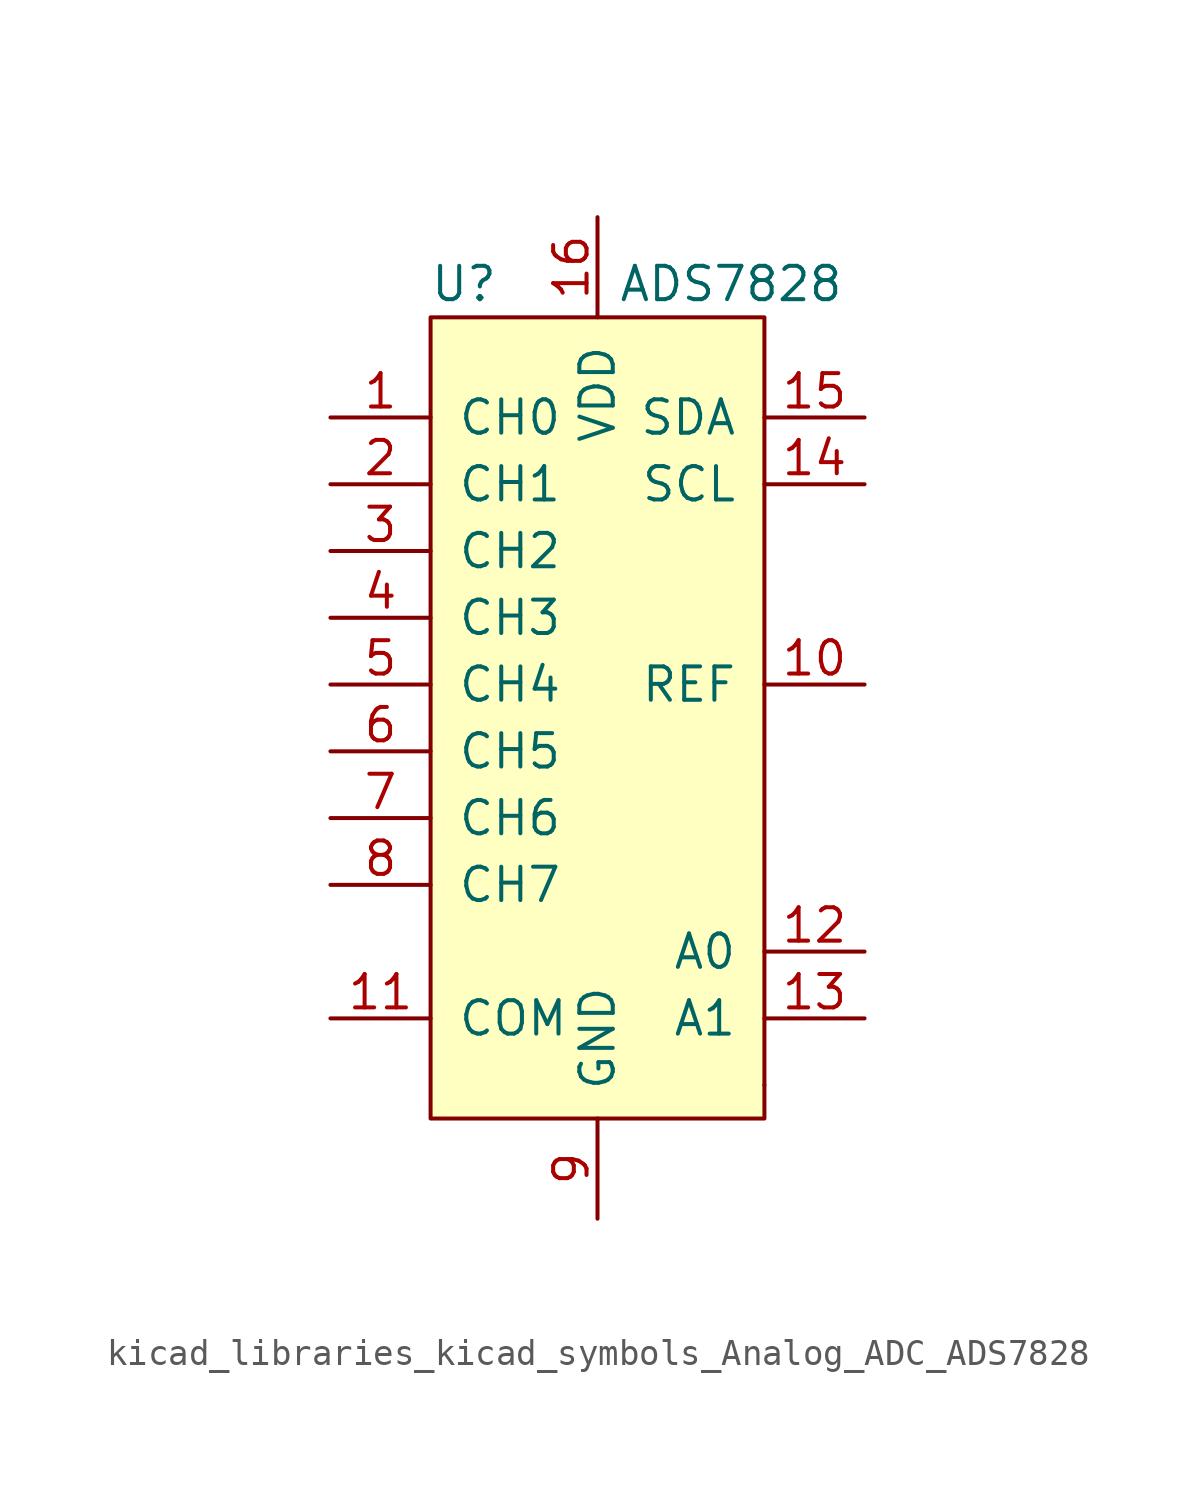
<source format=kicad_sym>
(kicad_symbol_lib
  (version 20220914)
  (generator kicad_symbol_editor)
  (symbol "kicad_libraries_kicad_symbols_Analog_ADC_ADS7828"
    (pin_names
      (offset 1.016))
    (property "Reference" "U"
      (at -5.08 15.24 0)
      (effects (font (size 1.27 1.27))))
    (property "Value" "ADS7828"
      (at 5.08 15.24 0)
      (effects (font (size 1.27 1.27))))
    (symbol "kicad_libraries_kicad_symbols_Analog_ADC_ADS7828_0_1"
      (rectangle (start -6.35 13.97) (end 6.35 -16.51) (stroke (width 0) (type default)) (fill (type background)))
      (rectangle (start 6.35 -15.24) (end 6.35 -15.24) (stroke (width 0) (type default)) (fill (type none))))
    (symbol "kicad_libraries_kicad_symbols_Analog_ADC_ADS7828_1_1"
      (pin input line (at -10.16 10.16 0) (length 3.81) (name "CH0" (effects (font (size 1.27 1.27)))) (number "1" (effects (font (size 1.27 1.27)))))
      (pin bidirectional line (at 10.16 0 180) (length 3.81) (name "REF" (effects (font (size 1.27 1.27)))) (number "10" (effects (font (size 1.27 1.27)))))
      (pin input line (at -10.16 -12.7 0) (length 3.81) (name "COM" (effects (font (size 1.27 1.27)))) (number "11" (effects (font (size 1.27 1.27)))))
      (pin input line (at 10.16 -10.16 180) (length 3.81) (name "A0" (effects (font (size 1.27 1.27)))) (number "12" (effects (font (size 1.27 1.27)))))
      (pin input line (at 10.16 -12.7 180) (length 3.81) (name "A1" (effects (font (size 1.27 1.27)))) (number "13" (effects (font (size 1.27 1.27)))))
      (pin input line (at 10.16 7.62 180) (length 3.81) (name "SCL" (effects (font (size 1.27 1.27)))) (number "14" (effects (font (size 1.27 1.27)))))
      (pin bidirectional line (at 10.16 10.16 180) (length 3.81) (name "SDA" (effects (font (size 1.27 1.27)))) (number "15" (effects (font (size 1.27 1.27)))))
      (pin power_in line (at 0 17.78 270) (length 3.81) (name "VDD" (effects (font (size 1.27 1.27)))) (number "16" (effects (font (size 1.27 1.27)))))
      (pin input line (at -10.16 7.62 0) (length 3.81) (name "CH1" (effects (font (size 1.27 1.27)))) (number "2" (effects (font (size 1.27 1.27)))))
      (pin input line (at -10.16 5.08 0) (length 3.81) (name "CH2" (effects (font (size 1.27 1.27)))) (number "3" (effects (font (size 1.27 1.27)))))
      (pin input line (at -10.16 2.54 0) (length 3.81) (name "CH3" (effects (font (size 1.27 1.27)))) (number "4" (effects (font (size 1.27 1.27)))))
      (pin input line (at -10.16 0 0) (length 3.81) (name "CH4" (effects (font (size 1.27 1.27)))) (number "5" (effects (font (size 1.27 1.27)))))
      (pin input line (at -10.16 -2.54 0) (length 3.81) (name "CH5" (effects (font (size 1.27 1.27)))) (number "6" (effects (font (size 1.27 1.27)))))
      (pin input line (at -10.16 -5.08 0) (length 3.81) (name "CH6" (effects (font (size 1.27 1.27)))) (number "7" (effects (font (size 1.27 1.27)))))
      (pin input line (at -10.16 -7.62 0) (length 3.81) (name "CH7" (effects (font (size 1.27 1.27)))) (number "8" (effects (font (size 1.27 1.27)))))
      (pin power_in line (at 0 -20.32 90) (length 3.81) (name "GND" (effects (font (size 1.27 1.27)))) (number "9" (effects (font (size 1.27 1.27))))))))
</source>
